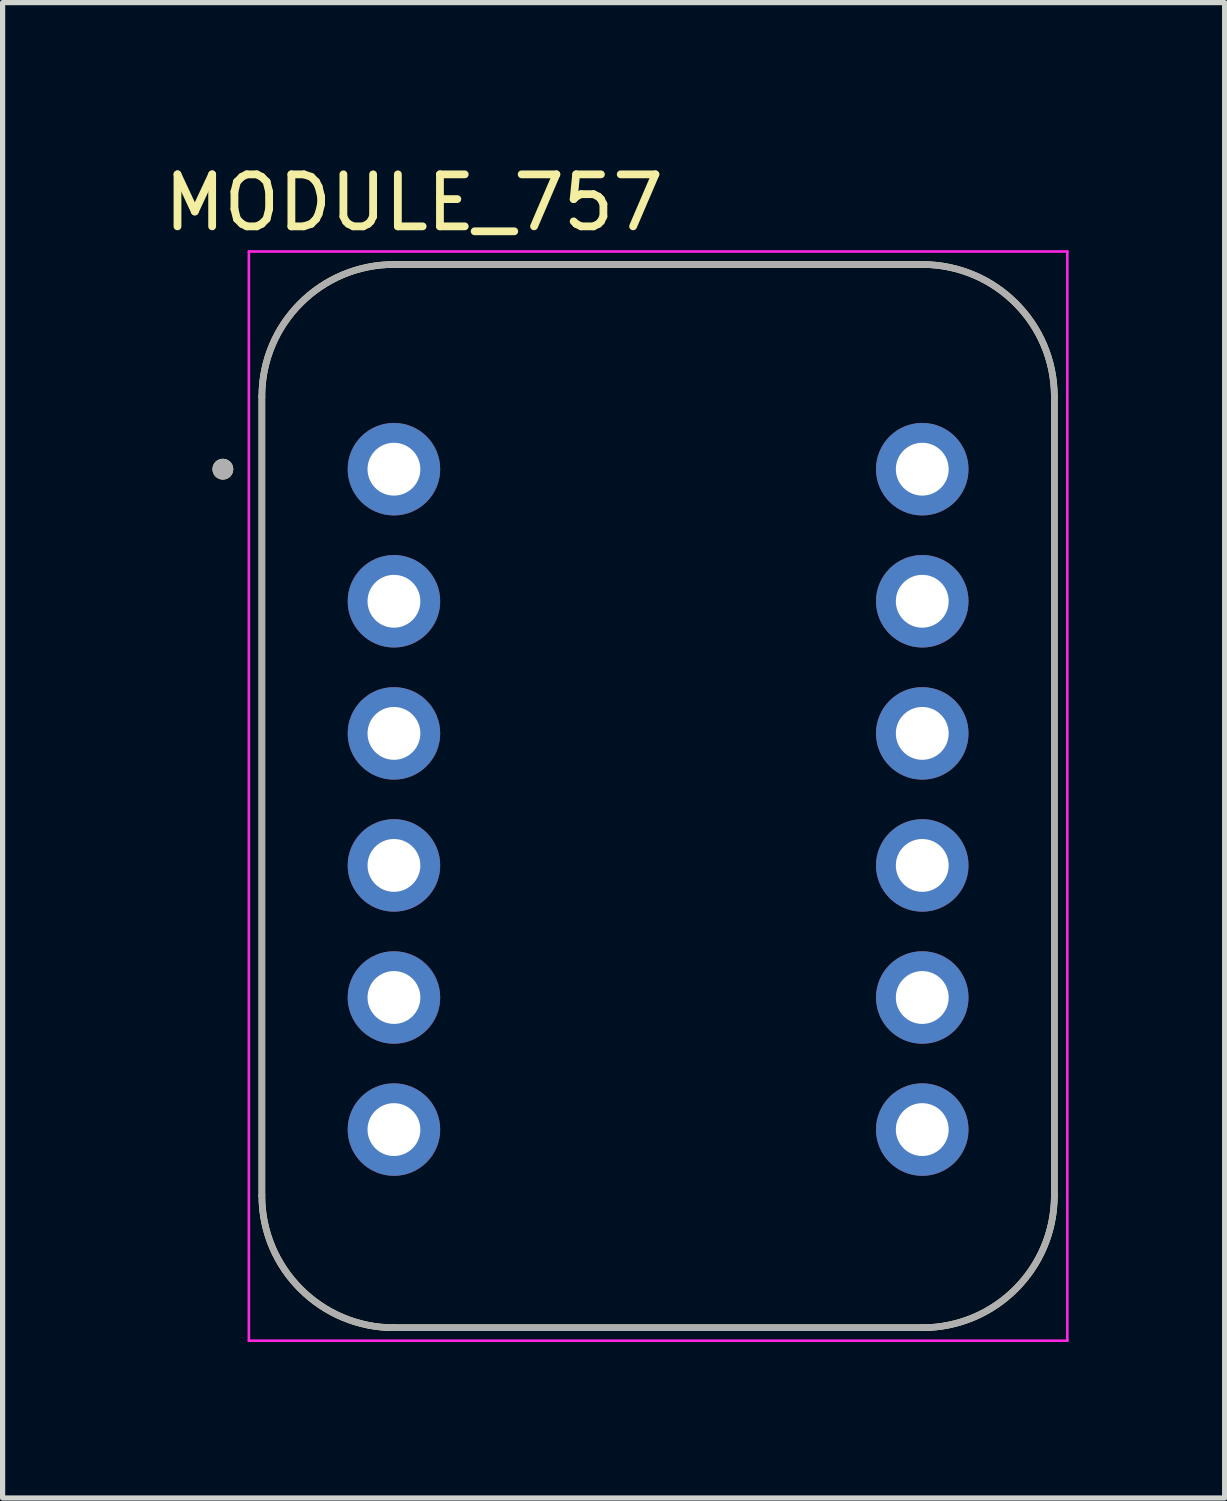
<source format=kicad_pcb>
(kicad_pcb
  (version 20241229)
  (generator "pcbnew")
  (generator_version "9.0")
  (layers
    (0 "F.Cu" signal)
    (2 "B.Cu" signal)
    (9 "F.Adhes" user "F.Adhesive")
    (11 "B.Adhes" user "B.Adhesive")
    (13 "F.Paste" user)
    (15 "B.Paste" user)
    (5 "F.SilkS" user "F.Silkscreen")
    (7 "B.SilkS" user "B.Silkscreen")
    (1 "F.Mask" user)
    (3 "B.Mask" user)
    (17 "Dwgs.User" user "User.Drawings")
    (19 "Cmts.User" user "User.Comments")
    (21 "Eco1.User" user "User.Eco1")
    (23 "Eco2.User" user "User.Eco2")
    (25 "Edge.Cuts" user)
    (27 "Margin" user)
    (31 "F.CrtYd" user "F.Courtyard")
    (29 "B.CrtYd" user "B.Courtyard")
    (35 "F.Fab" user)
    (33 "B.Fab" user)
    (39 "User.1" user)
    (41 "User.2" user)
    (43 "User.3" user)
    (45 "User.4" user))
  (footprint "MODULE_757"
    (layer "F.Cu")
    (at 9.606 12.26)
    (property "Reference" "MODULE_757" (at -4.695 -11.412 0) (layer "F.SilkS") (effects (font (size 1 1) (thickness 0.15))))
    (attr through_hole)
    (fp_line (start -7.62 -7.684) (end -7.62 7.682) (stroke (width 0.127) (type solid)) (layer "F.SilkS"))
    (fp_line (start -5.08 10.223) (end 5.08 10.223) (stroke (width 0.127) (type solid)) (layer "F.SilkS"))
    (fp_line (start 5.08 -10.223) (end -5.08 -10.223) (stroke (width 0.127) (type solid)) (layer "F.SilkS"))
    (fp_line (start 7.62 7.682) (end 7.62 -7.684) (stroke (width 0.127) (type solid)) (layer "F.SilkS"))
    (fp_arc (start -7.62 -7.6835) (mid -6.876051 -9.479551) (end -5.08 -10.2235) (stroke (width 0.127) (type solid)) (layer "F.SilkS"))
    (fp_arc (start -5.08 10.2235) (mid -6.876362 9.478801) (end -7.62 7.682) (stroke (width 0.127) (type solid)) (layer "F.SilkS"))
    (fp_arc (start 5.08 -10.2235) (mid 6.876051 -9.479551) (end 7.62 -7.6835) (stroke (width 0.127) (type solid)) (layer "F.SilkS"))
    (fp_arc (start 7.62 7.682) (mid 6.876362 9.478801) (end 5.08 10.2235) (stroke (width 0.127) (type solid)) (layer "F.SilkS"))
    (fp_circle (center -8.37 -6.287) (end -8.27 -6.287) (stroke (width 0.2) (type solid)) (fill no) (layer "F.SilkS"))
    (fp_line (start -7.87 -10.473) (end -7.87 10.473) (stroke (width 0.05) (type solid)) (layer "F.CrtYd"))
    (fp_line (start -7.87 10.473) (end 7.87 10.473) (stroke (width 0.05) (type solid)) (layer "F.CrtYd"))
    (fp_line (start 7.87 -10.473) (end -7.87 -10.473) (stroke (width 0.05) (type solid)) (layer "F.CrtYd"))
    (fp_line (start 7.87 10.473) (end 7.87 -10.473) (stroke (width 0.05) (type solid)) (layer "F.CrtYd"))
    (fp_line (start -7.62 -7.684) (end -7.62 7.682) (stroke (width 0.127) (type solid)) (layer "F.Fab"))
    (fp_line (start -5.08 10.223) (end 5.08 10.223) (stroke (width 0.127) (type solid)) (layer "F.Fab"))
    (fp_line (start 5.08 -10.223) (end -5.08 -10.223) (stroke (width 0.127) (type solid)) (layer "F.Fab"))
    (fp_line (start 7.62 7.682) (end 7.62 -7.684) (stroke (width 0.127) (type solid)) (layer "F.Fab"))
    (fp_arc (start -7.62 -7.6835) (mid -6.876051 -9.479551) (end -5.08 -10.2235) (stroke (width 0.127) (type solid)) (layer "F.Fab"))
    (fp_arc (start -5.08 10.2235) (mid -6.876362 9.478801) (end -7.62 7.682) (stroke (width 0.127) (type solid)) (layer "F.Fab"))
    (fp_arc (start 5.08 -10.2235) (mid 6.876051 -9.479551) (end 7.62 -7.6835) (stroke (width 0.127) (type solid)) (layer "F.Fab"))
    (fp_arc (start 7.62 7.682) (mid 6.876362 9.478801) (end 5.08 10.2235) (stroke (width 0.127) (type solid)) (layer "F.Fab"))
    (fp_circle (center -8.37 -6.287) (end -8.27 -6.287) (stroke (width 0.2) (type solid)) (fill no) (layer "F.Fab"))
    (pad "A1" thru_hole circle (at -5.08 -3.747) (size 1.778 1.778) (drill 1.016) (layers "*.Cu" "*.Mask"))
    (pad "A2" thru_hole circle (at -5.08 -1.206) (size 1.778 1.778) (drill 1.016) (layers "*.Cu" "*.Mask"))
    (pad "A3" thru_hole circle (at -5.08 1.333) (size 1.778 1.778) (drill 1.016) (layers "*.Cu" "*.Mask"))
    (pad "A4" thru_hole circle (at -5.08 3.873) (size 1.778 1.778) (drill 1.016) (layers "*.Cu" "*.Mask"))
    (pad "B1" thru_hole circle (at 5.08 -3.747) (size 1.778 1.778) (drill 1.016) (layers "*.Cu" "*.Mask"))
    (pad "B2" thru_hole circle (at 5.08 -1.206) (size 1.778 1.778) (drill 1.016) (layers "*.Cu" "*.Mask"))
    (pad "B3" thru_hole circle (at 5.08 1.333) (size 1.778 1.778) (drill 1.016) (layers "*.Cu" "*.Mask"))
    (pad "B4" thru_hole circle (at 5.08 3.873) (size 1.778 1.778) (drill 1.016) (layers "*.Cu" "*.Mask"))
    (pad "GND_1" thru_hole circle (at -5.08 6.413) (size 1.778 1.778) (drill 1.016) (layers "*.Cu" "*.Mask"))
    (pad "GND_2" thru_hole circle (at 5.08 6.413) (size 1.778 1.778) (drill 1.016) (layers "*.Cu" "*.Mask"))
    (pad "HV" thru_hole circle (at 5.08 -6.287) (size 1.778 1.778) (drill 1.016) (layers "*.Cu" "*.Mask"))
    (pad "LV" thru_hole circle (at -5.08 -6.287) (size 1.778 1.778) (drill 1.016) (layers "*.Cu" "*.Mask")))
  (gr_rect
    (start -3 -3)
    (end 20.501 25.758)
    (stroke (width 0.1) (type default))
    (fill no)
    (layer "Edge.Cuts")))
</source>
